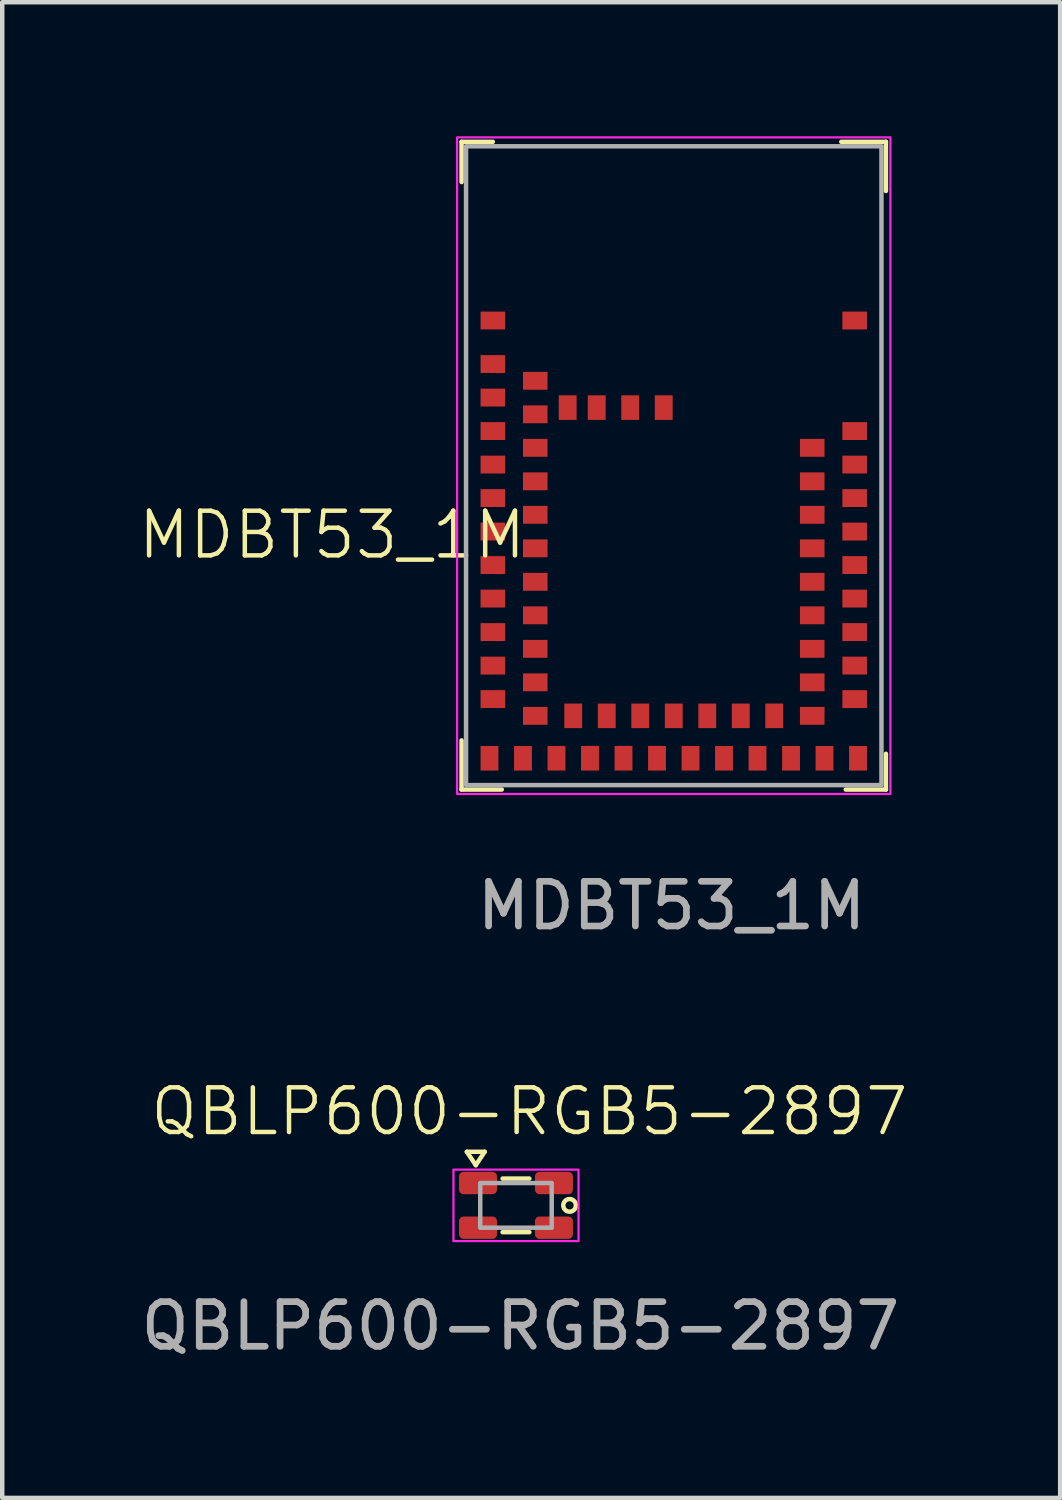
<source format=kicad_pcb>
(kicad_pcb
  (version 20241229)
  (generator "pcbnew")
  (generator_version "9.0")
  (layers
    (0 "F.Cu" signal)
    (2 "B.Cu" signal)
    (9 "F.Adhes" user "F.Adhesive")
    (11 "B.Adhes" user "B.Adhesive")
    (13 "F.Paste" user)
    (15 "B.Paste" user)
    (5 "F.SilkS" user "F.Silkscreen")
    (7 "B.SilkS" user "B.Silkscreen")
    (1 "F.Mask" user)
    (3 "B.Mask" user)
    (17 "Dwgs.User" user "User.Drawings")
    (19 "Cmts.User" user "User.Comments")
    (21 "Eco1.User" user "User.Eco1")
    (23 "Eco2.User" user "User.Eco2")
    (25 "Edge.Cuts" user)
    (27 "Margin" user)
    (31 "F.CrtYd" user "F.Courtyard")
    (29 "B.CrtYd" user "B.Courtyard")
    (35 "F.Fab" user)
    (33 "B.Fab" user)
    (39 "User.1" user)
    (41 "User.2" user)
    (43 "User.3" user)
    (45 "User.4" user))
  (footprint "QBLP600-RGB5-2897"
    (layer "F.Cu")
    (at 8.501 23.934)
    (property "Reference" "QBLP600-RGB5-2897" (at 0.3 -2.1 0) (unlocked yes) (layer "F.SilkS") (effects (font (size 1 1) (thickness 0.1))))
    (attr smd)
    (fp_line (start -1.1 -1.2) (end -0.7 -1.2) (stroke (width 0.1) (type default)) (layer "F.SilkS"))
    (fp_line (start -0.9 -0.9) (end -1.1 -1.2) (stroke (width 0.1) (type default)) (layer "F.SilkS"))
    (fp_line (start -0.7 -1.2) (end -0.9 -0.9) (stroke (width 0.1) (type default)) (layer "F.SilkS"))
    (fp_line (start -0.3 -0.6) (end 0.3 -0.6) (stroke (width 0.1) (type default)) (layer "F.SilkS"))
    (fp_line (start -0.3 0.6) (end 0.3 0.6) (stroke (width 0.1) (type default)) (layer "F.SilkS"))
    (fp_circle (center 1.2 0) (end 1.3 -0.1) (stroke (width 0.1) (type default)) (fill no) (layer "F.SilkS"))
    (fp_rect (start -1.4 -0.8) (end 1.4 0.8) (stroke (width 0.05) (type default)) (fill no) (layer "F.CrtYd"))
    (fp_rect (start -0.8 -0.5) (end 0.8 0.5) (stroke (width 0.1) (type default)) (fill no) (layer "F.Fab"))
    (fp_text user "${REFERENCE}" (at 0.1 2.7 0) (unlocked yes) (layer "F.Fab") (effects (font (size 1 1) (thickness 0.15))))
    (pad "1" smd roundrect (at -0.85 -0.5) (size 0.85 0.5) (layers "F.Cu" "F.Mask" "F.Paste") (roundrect_rratio 0.2))
    (pad "2" smd roundrect (at 0.85 -0.5) (size 0.85 0.5) (layers "F.Cu" "F.Mask" "F.Paste") (roundrect_rratio 0.2))
    (pad "3" smd roundrect (at -0.85 0.5) (size 0.85 0.5) (layers "F.Cu" "F.Mask" "F.Paste") (roundrect_rratio 0.2))
    (pad "4" smd roundrect (at 0.85 0.5) (size 0.85 0.5) (layers "F.Cu" "F.Mask" "F.Paste") (roundrect_rratio 0.2)))
  (footprint "MDBT53_1M"
    (layer "F.Cu")
    (at 7.383 14.525)
    (property "Reference" "MDBT53_1M" (at -3 -5.6 0) (unlocked yes) (layer "F.SilkS") (effects (font (size 1 1) (thickness 0.1))))
    (attr smd)
    (fp_line (start -0.1 -14.4) (end 0.6 -14.4) (stroke (width 0.1) (type default)) (layer "F.SilkS"))
    (fp_line (start -0.1 -13.5) (end -0.1 -14.4) (stroke (width 0.1) (type default)) (layer "F.SilkS"))
    (fp_line (start -0.1 0.1) (end 0.8 0.1) (stroke (width 0.1) (type default)) (layer "F.SilkS"))
    (fp_line (start 8.4 -14.4) (end 9.4 -14.4) (stroke (width 0.1) (type default)) (layer "F.SilkS"))
    (fp_line (start 8.5 0.1) (end 9.4 0.1) (stroke (width 0.1) (type default)) (layer "F.SilkS"))
    (fp_line (start 9.4 -14.4) (end 9.4 -13.3) (stroke (width 0.1) (type default)) (layer "F.SilkS"))
    (fp_line (start 9.4 0.1) (end 9.4 -0.7) (stroke (width 0.1) (type default)) (layer "F.SilkS"))
    (fp_rect (start -0.1 -1) (end -0.1 0.1) (stroke (width 0.1) (type default)) (fill no) (layer "F.SilkS"))
    (fp_rect (start -0.2 -14.5) (end 9.5 0.2) (stroke (width 0.05) (type default)) (fill no) (layer "F.CrtYd"))
    (fp_rect (start 0 -14.3) (end 9.3 0) (stroke (width 0.1) (type default)) (fill no) (layer "F.Fab"))
    (fp_text user "${REFERENCE}" (at 4.6 2.7 0) (unlocked yes) (layer "F.Fab") (effects (font (size 1 1) (thickness 0.15))))
    (pad "1" smd rect (at 0.6 -10.4) (size 0.55 0.4) (layers "F.Cu" "F.Mask" "F.Paste"))
    (pad "2" smd rect (at 0.6 -9.425) (size 0.55 0.4) (layers "F.Cu" "F.Mask" "F.Paste"))
    (pad "3" smd rect (at 1.55 -9.05) (size 0.55 0.4) (layers "F.Cu" "F.Mask" "F.Paste"))
    (pad "4" smd rect (at 0.6 -8.675) (size 0.55 0.4) (layers "F.Cu" "F.Mask" "F.Paste"))
    (pad "5" smd rect (at 1.55 -8.3) (size 0.55 0.4) (layers "F.Cu" "F.Mask" "F.Paste"))
    (pad "6" smd rect (at 0.6 -7.925) (size 0.55 0.4) (layers "F.Cu" "F.Mask" "F.Paste"))
    (pad "7" smd rect (at 1.55 -7.55) (size 0.55 0.4) (layers "F.Cu" "F.Mask" "F.Paste"))
    (pad "8" smd rect (at 0.6 -7.175) (size 0.55 0.4) (layers "F.Cu" "F.Mask" "F.Paste"))
    (pad "9" smd rect (at 1.55 -6.8) (size 0.55 0.4) (layers "F.Cu" "F.Mask" "F.Paste"))
    (pad "10" smd rect (at 0.6 -6.425) (size 0.55 0.4) (layers "F.Cu" "F.Mask" "F.Paste"))
    (pad "11" smd rect (at 1.55 -6.05) (size 0.55 0.4) (layers "F.Cu" "F.Mask" "F.Paste"))
    (pad "12" smd rect (at 0.6 -5.675) (size 0.55 0.4) (layers "F.Cu" "F.Mask" "F.Paste"))
    (pad "13" smd rect (at 1.55 -5.3) (size 0.55 0.4) (layers "F.Cu" "F.Mask" "F.Paste"))
    (pad "14" smd rect (at 0.6 -4.925) (size 0.55 0.4) (layers "F.Cu" "F.Mask" "F.Paste"))
    (pad "15" smd rect (at 1.55 -4.55) (size 0.55 0.4) (layers "F.Cu" "F.Mask" "F.Paste"))
    (pad "16" smd rect (at 0.6 -4.175) (size 0.55 0.4) (layers "F.Cu" "F.Mask" "F.Paste"))
    (pad "17" smd rect (at 1.55 -3.8) (size 0.55 0.4) (layers "F.Cu" "F.Mask" "F.Paste"))
    (pad "18" smd rect (at 0.6 -3.425) (size 0.55 0.4) (layers "F.Cu" "F.Mask" "F.Paste"))
    (pad "19" smd rect (at 1.55 -3.05) (size 0.55 0.4) (layers "F.Cu" "F.Mask" "F.Paste"))
    (pad "20" smd rect (at 0.6 -2.675) (size 0.55 0.4) (layers "F.Cu" "F.Mask" "F.Paste"))
    (pad "21" smd rect (at 1.55 -2.3) (size 0.55 0.4) (layers "F.Cu" "F.Mask" "F.Paste"))
    (pad "22" smd rect (at 0.6 -1.925) (size 0.55 0.4) (layers "F.Cu" "F.Mask" "F.Paste"))
    (pad "23" smd rect (at 1.55 -1.55) (size 0.55 0.4) (layers "F.Cu" "F.Mask" "F.Paste"))
    (pad "24" smd rect (at 0.525 -0.6) (size 0.4 0.55) (layers "F.Cu" "F.Mask" "F.Paste"))
    (pad "25" smd rect (at 1.275 -0.6) (size 0.4 0.55) (layers "F.Cu" "F.Mask" "F.Paste"))
    (pad "26" smd rect (at 2.025 -0.6) (size 0.4 0.55) (layers "F.Cu" "F.Mask" "F.Paste"))
    (pad "27" smd rect (at 2.4 -1.55) (size 0.4 0.55) (layers "F.Cu" "F.Mask" "F.Paste"))
    (pad "28" smd rect (at 2.775 -0.6) (size 0.4 0.55) (layers "F.Cu" "F.Mask" "F.Paste"))
    (pad "29" smd rect (at 3.15 -1.55) (size 0.4 0.55) (layers "F.Cu" "F.Mask" "F.Paste"))
    (pad "30" smd rect (at 3.525 -0.6) (size 0.4 0.55) (layers "F.Cu" "F.Mask" "F.Paste"))
    (pad "31" smd rect (at 3.9 -1.55) (size 0.4 0.55) (layers "F.Cu" "F.Mask" "F.Paste"))
    (pad "32" smd rect (at 4.275 -0.6) (size 0.4 0.55) (layers "F.Cu" "F.Mask" "F.Paste"))
    (pad "33" smd rect (at 4.65 -1.55) (size 0.4 0.55) (layers "F.Cu" "F.Mask" "F.Paste"))
    (pad "34" smd rect (at 5.025 -0.6) (size 0.4 0.55) (layers "F.Cu" "F.Mask" "F.Paste"))
    (pad "35" smd rect (at 5.4 -1.55) (size 0.4 0.55) (layers "F.Cu" "F.Mask" "F.Paste"))
    (pad "36" smd rect (at 5.775 -0.6) (size 0.4 0.55) (layers "F.Cu" "F.Mask" "F.Paste"))
    (pad "37" smd rect (at 6.15 -1.55) (size 0.4 0.55) (layers "F.Cu" "F.Mask" "F.Paste"))
    (pad "38" smd rect (at 6.525 -0.6) (size 0.4 0.55) (layers "F.Cu" "F.Mask" "F.Paste"))
    (pad "39" smd rect (at 6.9 -1.55) (size 0.4 0.55) (layers "F.Cu" "F.Mask" "F.Paste"))
    (pad "40" smd rect (at 7.275 -0.6) (size 0.4 0.55) (layers "F.Cu" "F.Mask" "F.Paste"))
    (pad "41" smd rect (at 8.025 -0.6) (size 0.4 0.55) (layers "F.Cu" "F.Mask" "F.Paste"))
    (pad "42" smd rect (at 8.775 -0.6) (size 0.4 0.55) (layers "F.Cu" "F.Mask" "F.Paste"))
    (pad "43" smd rect (at 7.75 -1.55) (size 0.55 0.4) (layers "F.Cu" "F.Mask" "F.Paste"))
    (pad "44" smd rect (at 8.7 -1.925) (size 0.55 0.4) (layers "F.Cu" "F.Mask" "F.Paste"))
    (pad "45" smd rect (at 7.75 -2.3) (size 0.55 0.4) (layers "F.Cu" "F.Mask" "F.Paste"))
    (pad "46" smd rect (at 8.7 -2.675) (size 0.55 0.4) (layers "F.Cu" "F.Mask" "F.Paste"))
    (pad "47" smd rect (at 7.75 -3.05) (size 0.55 0.4) (layers "F.Cu" "F.Mask" "F.Paste"))
    (pad "48" smd rect (at 8.7 -3.425) (size 0.55 0.4) (layers "F.Cu" "F.Mask" "F.Paste"))
    (pad "49" smd rect (at 7.75 -3.8) (size 0.55 0.4) (layers "F.Cu" "F.Mask" "F.Paste"))
    (pad "50" smd rect (at 8.7 -4.175) (size 0.55 0.4) (layers "F.Cu" "F.Mask" "F.Paste"))
    (pad "51" smd rect (at 7.75 -4.55) (size 0.55 0.4) (layers "F.Cu" "F.Mask" "F.Paste"))
    (pad "52" smd rect (at 8.7 -4.925) (size 0.55 0.4) (layers "F.Cu" "F.Mask" "F.Paste"))
    (pad "53" smd rect (at 7.75 -5.3) (size 0.55 0.4) (layers "F.Cu" "F.Mask" "F.Paste"))
    (pad "54" smd rect (at 8.7 -5.675) (size 0.55 0.4) (layers "F.Cu" "F.Mask" "F.Paste"))
    (pad "55" smd rect (at 7.75 -6.05) (size 0.55 0.4) (layers "F.Cu" "F.Mask" "F.Paste"))
    (pad "56" smd rect (at 8.7 -6.425) (size 0.55 0.4) (layers "F.Cu" "F.Mask" "F.Paste"))
    (pad "57" smd rect (at 7.75 -6.8) (size 0.55 0.4) (layers "F.Cu" "F.Mask" "F.Paste"))
    (pad "58" smd rect (at 8.7 -7.175) (size 0.55 0.4) (layers "F.Cu" "F.Mask" "F.Paste"))
    (pad "59" smd rect (at 7.75 -7.55) (size 0.55 0.4) (layers "F.Cu" "F.Mask" "F.Paste"))
    (pad "60" smd rect (at 8.7 -7.925) (size 0.55 0.4) (layers "F.Cu" "F.Mask" "F.Paste"))
    (pad "61" smd rect (at 8.7 -10.4) (size 0.55 0.4) (layers "F.Cu" "F.Mask" "F.Paste"))
    (pad "62" smd rect (at 2.275 -8.45) (size 0.4 0.55) (layers "F.Cu" "F.Mask" "F.Paste"))
    (pad "63" smd rect (at 2.925 -8.45) (size 0.4 0.55) (layers "F.Cu" "F.Mask" "F.Paste"))
    (pad "64" smd rect (at 3.675 -8.45) (size 0.4 0.55) (layers "F.Cu" "F.Mask" "F.Paste"))
    (pad "65" smd rect (at 4.425 -8.45) (size 0.4 0.55) (layers "F.Cu" "F.Mask" "F.Paste"))
    (zone (net_name "") (layer "F.Cu") (hatch edge 0.5) (connect_pads) (min_thickness 0.25) (filled_areas_thickness no) (keepout (tracks not_allowed) (vias not_allowed) (pads not_allowed) (copperpour not_allowed) (footprints allowed)) (placement (enabled no)) (fill) (polygon (pts (xy 9.933 4.925) (xy 11.333 4.925) (xy 11.333 3.925) (xy 9.933 3.925))))
    (zone (net_name "") (layers "F.Cu" "B.Cu" "F.CrtYd") (hatch edge 0.5) (connect_pads) (min_thickness 0.25) (filled_areas_thickness no) (keepout (tracks not_allowed) (vias not_allowed) (pads not_allowed) (copperpour not_allowed) (footprints allowed)) (placement (enabled no)) (fill) (polygon (pts (xy 6.383 3.925) (xy 6.383 0.225) (xy 17.683 0.225) (xy 17.683 3.925)))))
  (gr_rect
    (start -3 -3)
    (end 20.683 30.482)
    (stroke (width 0.1) (type default))
    (fill no)
    (layer "Edge.Cuts")))
</source>
